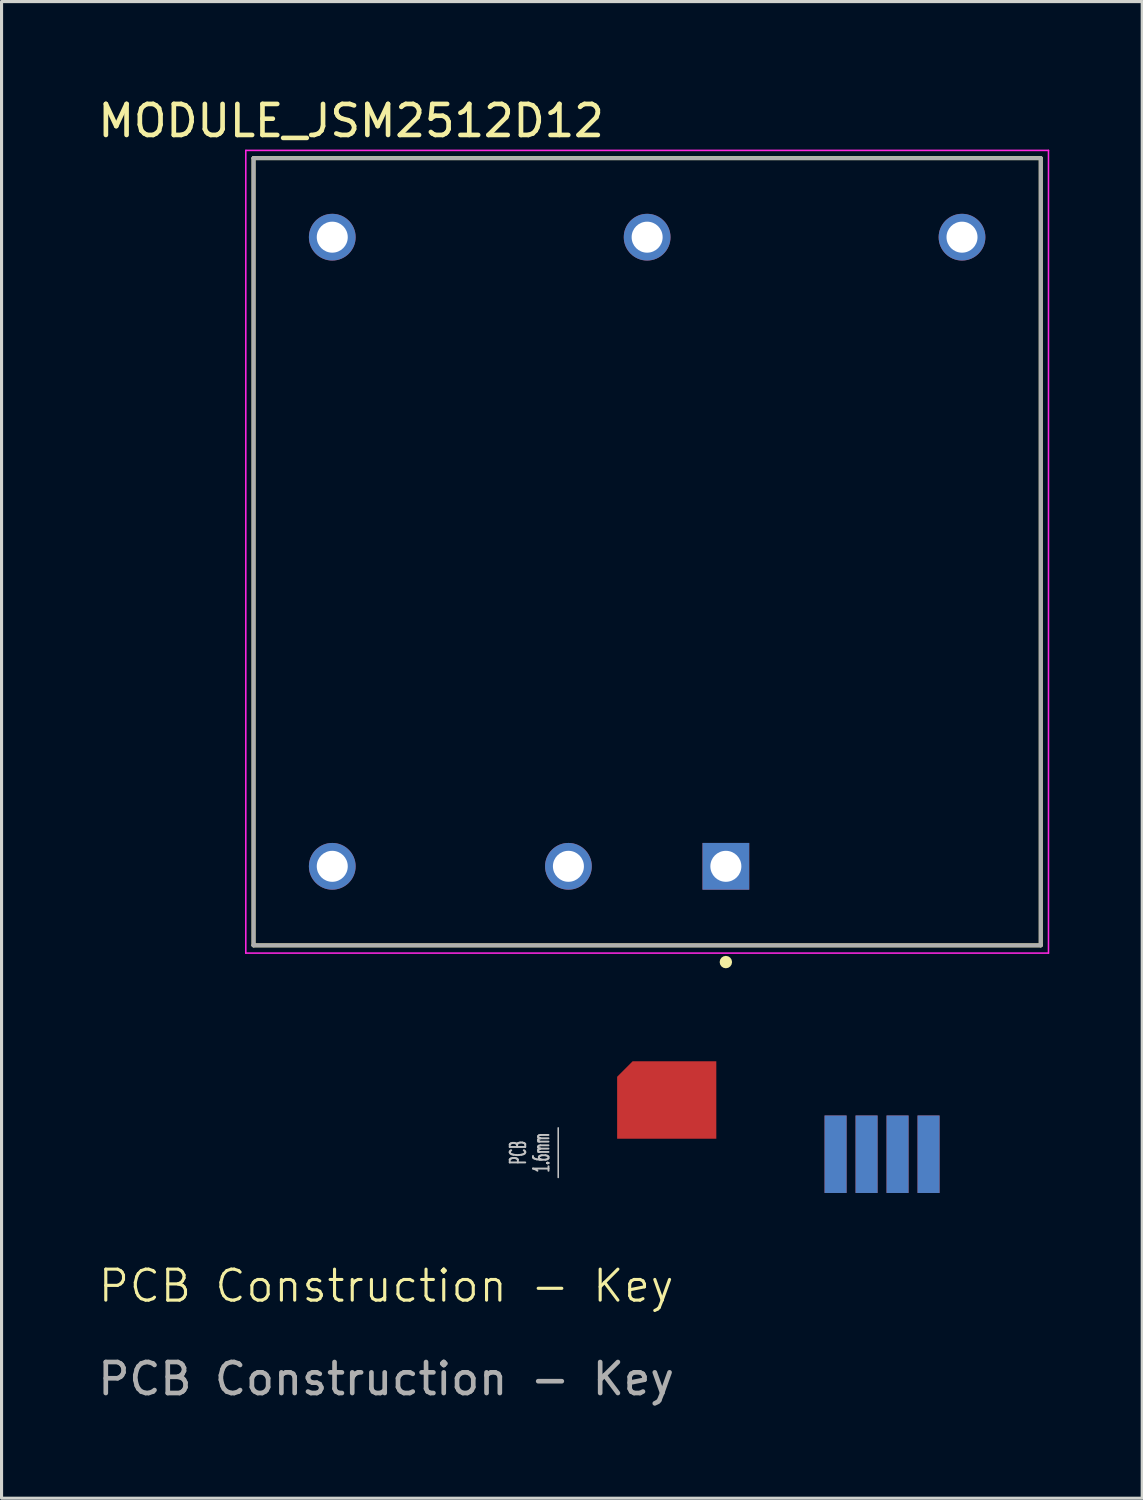
<source format=kicad_pcb>
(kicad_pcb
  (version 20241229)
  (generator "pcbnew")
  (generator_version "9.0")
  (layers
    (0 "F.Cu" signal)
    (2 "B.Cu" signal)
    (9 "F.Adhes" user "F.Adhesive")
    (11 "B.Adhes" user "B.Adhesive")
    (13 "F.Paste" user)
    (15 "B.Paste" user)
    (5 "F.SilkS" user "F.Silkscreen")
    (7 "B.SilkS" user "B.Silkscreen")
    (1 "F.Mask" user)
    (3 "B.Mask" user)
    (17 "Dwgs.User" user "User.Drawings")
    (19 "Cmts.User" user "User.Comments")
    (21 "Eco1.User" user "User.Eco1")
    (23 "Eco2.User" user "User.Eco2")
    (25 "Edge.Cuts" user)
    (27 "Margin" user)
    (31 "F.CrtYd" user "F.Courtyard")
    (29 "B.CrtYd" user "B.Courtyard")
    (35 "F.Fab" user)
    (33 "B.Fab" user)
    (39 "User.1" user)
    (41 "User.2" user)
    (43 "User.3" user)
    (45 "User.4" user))
  (footprint "PCB Construction - Key"
    (layer "F.Cu")
    (at 9.411 38.943)
    (property "Reference" "PCB Construction - Key" (at 0 -0.5 0) (unlocked yes) (layer "F.SilkS") (effects (font (size 1 1) (thickness 0.1))))
    (attr smd)
    (fp_line (start 5.551 -4) (end 5.551 -5.6) (stroke (width 0.05) (type default)) (layer "Dwgs.User"))
    (fp_text user "PCB" (at 4.551 -4.8 90) (unlocked yes) (layer "Dwgs.User") (effects (font (size 0.5 0.25) (thickness 0.062)) (justify bottom)))
    (fp_text user "1.6mm" (at 5.301 -4.8 90) (unlocked yes) (layer "Dwgs.User") (effects (font (size 0.5 0.25) (thickness 0.062)) (justify bottom)))
    (fp_text user "${REFERENCE}" (at 0 2.5 0) (unlocked yes) (layer "F.Fab") (effects (font (size 1 1) (thickness 0.15))))
    (pad "1" smd roundrect (at 14.5 -4.75) (size 0.711 2.5) (layers "F.Cu" "F.Mask" "F.Paste") (roundrect_rratio 0) (chamfer_ratio 0.25) (chamfer))
    (pad "2" smd roundrect (at 15.5 -4.75) (size 0.711 2.5) (layers "F.Cu" "F.Mask" "F.Paste") (roundrect_rratio 0) (chamfer_ratio 0.25) (chamfer))
    (pad "3" smd roundrect (at 16.5 -4.75) (size 0.711 2.5) (layers "F.Cu" "F.Mask" "F.Paste") (roundrect_rratio 0) (chamfer_ratio 0.25) (chamfer))
    (pad "4" smd roundrect (at 17.5 -4.75) (size 0.711 2.5) (layers "F.Cu" "F.Mask" "F.Paste") (roundrect_rratio 0) (chamfer_ratio 0.25) (chamfer))
    (pad "5" smd roundrect (at 14.5 -4.75) (size 0.711 2.5) (layers "B.Cu" "B.Mask" "B.Paste") (roundrect_rratio 0) (chamfer_ratio 0.25) (chamfer))
    (pad "6" smd roundrect (at 15.5 -4.75) (size 0.711 2.5) (layers "B.Cu" "B.Mask" "B.Paste") (roundrect_rratio 0) (chamfer_ratio 0.25) (chamfer))
    (pad "7" smd roundrect (at 16.5 -4.75) (size 0.711 2.5) (layers "B.Cu" "B.Mask" "B.Paste") (roundrect_rratio 0) (chamfer_ratio 0.25) (chamfer))
    (pad "8" smd roundrect (at 17.5 -4.75) (size 0.711 2.5) (layers "B.Cu" "B.Mask" "B.Paste") (roundrect_rratio 0) (chamfer_ratio 0.25) (chamfer))
    (pad "NC0" smd roundrect (at 9.052 -6.5) (size 3.2 2.5) (layers "F.Cu" "F.Mask" "F.Paste") (roundrect_rratio 0) (chamfer_ratio 0.2) (chamfer top_left)))
  (footprint "MODULE_JSM2512D12"
    (layer "F.Cu")
    (at 20.371 14.753)
    (property "Reference" "MODULE_JSM2512D12" (at -12.092 -13.904 0) (layer "F.SilkS") (effects (font (size 1.001 1.001) (thickness 0.15))))
    (attr through_hole)
    (fp_line (start -15.24 -12.7) (end 10.16 -12.7) (stroke (width 0.127) (type solid)) (layer "F.SilkS"))
    (fp_line (start -15.24 12.7) (end -15.24 -12.7) (stroke (width 0.127) (type solid)) (layer "F.SilkS"))
    (fp_line (start 10.16 -12.7) (end 10.16 12.7) (stroke (width 0.127) (type solid)) (layer "F.SilkS"))
    (fp_line (start 10.16 12.7) (end -15.24 12.7) (stroke (width 0.127) (type solid)) (layer "F.SilkS"))
    (fp_circle (center 0 13.24) (end 0.1 13.24) (stroke (width 0.2) (type solid)) (fill no) (layer "F.SilkS"))
    (fp_line (start -15.49 -12.95) (end 10.41 -12.95) (stroke (width 0.05) (type solid)) (layer "F.CrtYd"))
    (fp_line (start -15.49 12.95) (end -15.49 -12.95) (stroke (width 0.05) (type solid)) (layer "F.CrtYd"))
    (fp_line (start 10.41 -12.95) (end 10.41 12.95) (stroke (width 0.05) (type solid)) (layer "F.CrtYd"))
    (fp_line (start 10.41 12.95) (end -15.49 12.95) (stroke (width 0.05) (type solid)) (layer "F.CrtYd"))
    (fp_line (start -15.24 -12.7) (end 10.16 -12.7) (stroke (width 0.127) (type solid)) (layer "F.Fab"))
    (fp_line (start -15.24 12.7) (end -15.24 -12.7) (stroke (width 0.127) (type solid)) (layer "F.Fab"))
    (fp_line (start 10.16 -12.7) (end 10.16 12.7) (stroke (width 0.127) (type solid)) (layer "F.Fab"))
    (fp_line (start 10.16 12.7) (end -15.24 12.7) (stroke (width 0.127) (type solid)) (layer "F.Fab"))
    (pad "1" thru_hole rect (at 0 10.15) (size 1.508 1.508) (drill 1) (layers "*.Cu" "*.Mask"))
    (pad "2" thru_hole circle (at -5.08 10.15) (size 1.508 1.508) (drill 1) (layers "*.Cu" "*.Mask"))
    (pad "3" thru_hole circle (at 7.62 -10.15) (size 1.508 1.508) (drill 1) (layers "*.Cu" "*.Mask"))
    (pad "4" thru_hole circle (at -2.54 -10.15) (size 1.508 1.508) (drill 1) (layers "*.Cu" "*.Mask"))
    (pad "5" thru_hole circle (at -12.7 -10.15) (size 1.508 1.508) (drill 1) (layers "*.Cu" "*.Mask"))
    (pad "6" thru_hole circle (at -12.7 10.15) (size 1.508 1.508) (drill 1) (layers "*.Cu" "*.Mask")))
  (gr_rect
    (start -3 -3)
    (end 33.806 45.292)
    (stroke (width 0.1) (type default))
    (fill no)
    (layer "Edge.Cuts")))
</source>
